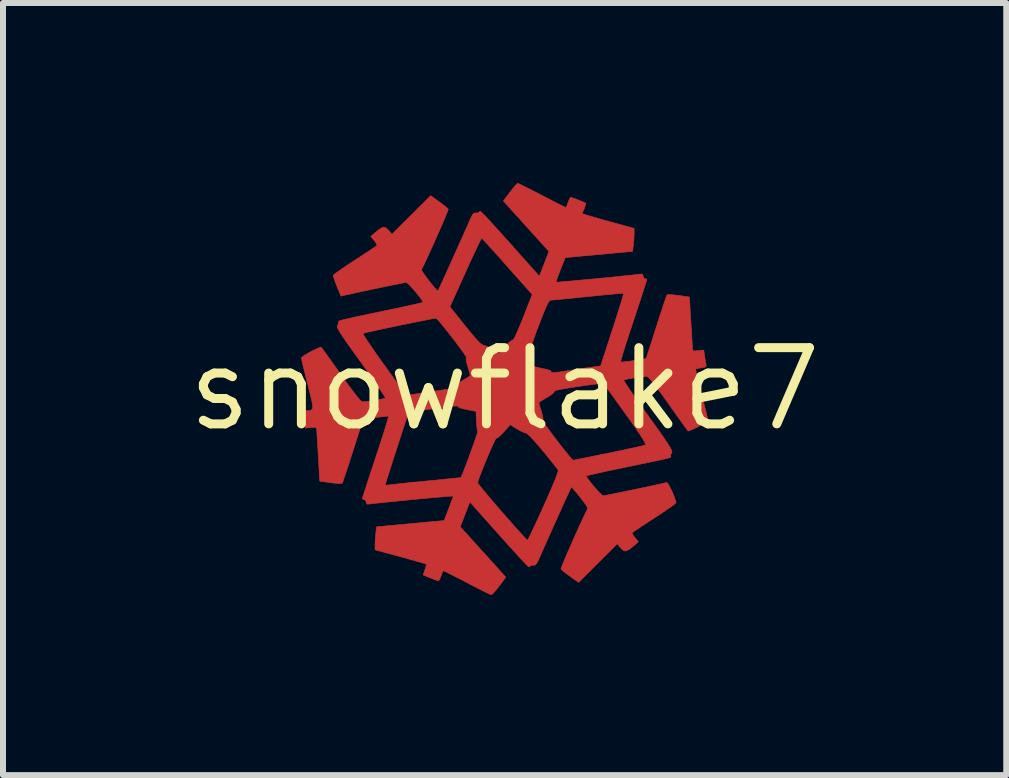
<source format=kicad_pcb>
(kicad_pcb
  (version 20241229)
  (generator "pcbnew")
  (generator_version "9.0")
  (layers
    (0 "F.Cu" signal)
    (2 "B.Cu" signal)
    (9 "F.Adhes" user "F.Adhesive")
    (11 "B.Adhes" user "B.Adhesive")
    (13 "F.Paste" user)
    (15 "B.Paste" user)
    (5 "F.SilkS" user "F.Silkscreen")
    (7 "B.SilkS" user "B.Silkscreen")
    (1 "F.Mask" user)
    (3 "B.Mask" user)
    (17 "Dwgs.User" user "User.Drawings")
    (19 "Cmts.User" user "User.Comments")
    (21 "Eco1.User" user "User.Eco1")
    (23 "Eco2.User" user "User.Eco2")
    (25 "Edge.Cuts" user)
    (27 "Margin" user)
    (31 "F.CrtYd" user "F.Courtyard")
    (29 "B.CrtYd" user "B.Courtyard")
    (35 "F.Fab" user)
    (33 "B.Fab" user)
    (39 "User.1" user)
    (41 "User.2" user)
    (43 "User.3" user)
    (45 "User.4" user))
  (footprint "snowflake7"
    (layer "F.Cu")
    (at 5.359 3.434)
    (property "Reference" "snowflake7" (at 0 0 0) (layer "F.SilkS") (effects (font (size 1.27 1.27) (thickness 0.15))))
    (attr through_hole)
    (fp_poly (pts (xy 0.24 -3.42) (xy 0.295 -3.394) (xy 0.376 -3.354) (xy 0.476 -3.303) (xy 0.591 -3.244) (xy 0.622 -3.228) (xy 0.738 -3.168) (xy 0.842 -3.114) (xy 0.927 -3.071) (xy 0.987 -3.041) (xy 1.018 -3.028) (xy 1.02 -3.027) (xy 1.032 -3.045) (xy 1.051 -3.09) (xy 1.058 -3.111) (xy 1.079 -3.164) (xy 1.097 -3.193) (xy 1.101 -3.196) (xy 1.126 -3.189) (xy 1.176 -3.171) (xy 1.238 -3.147) (xy 1.297 -3.123) (xy 1.34 -3.104) (xy 1.352 -3.098) (xy 1.35 -3.077) (xy 1.335 -3.03) (xy 1.326 -3.007) (xy 1.292 -2.923) (xy 1.425 -2.883) (xy 1.495 -2.863) (xy 1.593 -2.834) (xy 1.709 -2.802) (xy 1.83 -2.768) (xy 1.858 -2.761) (xy 2.159 -2.678) (xy 2.159 -2.593) (xy 2.156 -2.518) (xy 2.149 -2.431) (xy 2.146 -2.402) (xy 2.133 -2.295) (xy 1.572 -2.243) (xy 1.011 -2.191) (xy 0.931 -1.99) (xy 0.898 -1.905) (xy 0.873 -1.837) (xy 0.859 -1.793) (xy 0.857 -1.782) (xy 0.879 -1.782) (xy 0.937 -1.786) (xy 1.024 -1.794) (xy 1.136 -1.804) (xy 1.266 -1.816) (xy 1.408 -1.829) (xy 1.556 -1.843) (xy 1.704 -1.857) (xy 1.846 -1.871) (xy 1.976 -1.885) (xy 2.088 -1.896) (xy 2.176 -1.906) (xy 2.234 -1.913) (xy 2.249 -1.915) (xy 2.292 -1.917) (xy 2.306 -1.897) (xy 2.307 -1.883) (xy 2.321 -1.849) (xy 2.339 -1.841) (xy 2.367 -1.833) (xy 2.371 -1.826) (xy 2.364 -1.802) (xy 2.346 -1.744) (xy 2.317 -1.655) (xy 2.28 -1.54) (xy 2.235 -1.404) (xy 2.185 -1.252) (xy 2.147 -1.136) (xy 2.094 -0.976) (xy 2.046 -0.828) (xy 2.004 -0.699) (xy 1.971 -0.592) (xy 1.947 -0.512) (xy 1.935 -0.464) (xy 1.933 -0.452) (xy 1.956 -0.451) (xy 2.01 -0.456) (xy 2.083 -0.465) (xy 2.165 -0.476) (xy 2.244 -0.488) (xy 2.31 -0.5) (xy 2.351 -0.509) (xy 2.359 -0.513) (xy 2.367 -0.534) (xy 2.385 -0.589) (xy 2.413 -0.675) (xy 2.448 -0.784) (xy 2.489 -0.913) (xy 2.529 -1.037) (xy 2.574 -1.178) (xy 2.616 -1.306) (xy 2.652 -1.414) (xy 2.68 -1.498) (xy 2.699 -1.552) (xy 2.707 -1.57) (xy 2.733 -1.574) (xy 2.789 -1.572) (xy 2.867 -1.564) (xy 2.9 -1.56) (xy 3.08 -1.534) (xy 3.104 -1.121) (xy 3.112 -0.991) (xy 3.119 -0.874) (xy 3.125 -0.777) (xy 3.129 -0.706) (xy 3.131 -0.67) (xy 3.131 -0.669) (xy 3.138 -0.645) (xy 3.163 -0.636) (xy 3.217 -0.639) (xy 3.226 -0.64) (xy 3.319 -0.651) (xy 3.333 -0.553) (xy 3.344 -0.483) (xy 3.355 -0.425) (xy 3.358 -0.41) (xy 3.359 -0.381) (xy 3.338 -0.365) (xy 3.285 -0.355) (xy 3.281 -0.354) (xy 3.224 -0.345) (xy 3.189 -0.336) (xy 3.184 -0.334) (xy 3.187 -0.312) (xy 3.199 -0.255) (xy 3.219 -0.17) (xy 3.245 -0.063) (xy 3.275 0.06) (xy 3.281 0.083) (xy 3.314 0.21) (xy 3.342 0.324) (xy 3.365 0.418) (xy 3.38 0.485) (xy 3.387 0.52) (xy 3.387 0.522) (xy 3.369 0.539) (xy 3.324 0.569) (xy 3.262 0.605) (xy 3.193 0.642) (xy 3.128 0.673) (xy 3.078 0.694) (xy 3.058 0.699) (xy 3.045 0.682) (xy 3.011 0.635) (xy 2.958 0.563) (xy 2.892 0.47) (xy 2.813 0.36) (xy 2.731 0.243) (xy 2.62 0.088) (xy 2.53 -0.034) (xy 2.461 -0.123) (xy 2.411 -0.18) (xy 2.379 -0.208) (xy 2.37 -0.212) (xy 2.321 -0.208) (xy 2.251 -0.2) (xy 2.171 -0.189) (xy 2.093 -0.176) (xy 2.029 -0.163) (xy 1.991 -0.153) (xy 1.986 -0.151) (xy 1.995 -0.131) (xy 2.026 -0.081) (xy 2.076 -0.005) (xy 2.143 0.093) (xy 2.224 0.209) (xy 2.316 0.338) (xy 2.392 0.445) (xy 2.507 0.604) (xy 2.599 0.733) (xy 2.67 0.835) (xy 2.722 0.913) (xy 2.758 0.971) (xy 2.779 1.011) (xy 2.788 1.038) (xy 2.787 1.054) (xy 2.785 1.058) (xy 2.766 1.096) (xy 2.767 1.116) (xy 2.77 1.123) (xy 2.772 1.129) (xy 2.768 1.135) (xy 2.756 1.141) (xy 2.73 1.149) (xy 2.687 1.16) (xy 2.623 1.175) (xy 2.534 1.194) (xy 2.416 1.219) (xy 2.266 1.25) (xy 2.079 1.289) (xy 2.025 1.3) (xy 1.865 1.333) (xy 1.718 1.364) (xy 1.59 1.392) (xy 1.486 1.415) (xy 1.41 1.433) (xy 1.369 1.443) (xy 1.362 1.446) (xy 1.369 1.467) (xy 1.398 1.51) (xy 1.442 1.567) (xy 1.494 1.63) (xy 1.548 1.691) (xy 1.596 1.741) (xy 1.631 1.772) (xy 1.644 1.778) (xy 1.67 1.774) (xy 1.732 1.762) (xy 1.82 1.744) (xy 1.929 1.722) (xy 2.052 1.697) (xy 2.181 1.67) (xy 2.31 1.643) (xy 2.432 1.617) (xy 2.539 1.594) (xy 2.624 1.575) (xy 2.682 1.562) (xy 2.702 1.556) (xy 2.719 1.571) (xy 2.745 1.615) (xy 2.777 1.677) (xy 2.808 1.747) (xy 2.835 1.815) (xy 2.853 1.869) (xy 2.857 1.894) (xy 2.839 1.912) (xy 2.792 1.948) (xy 2.719 1.999) (xy 2.626 2.062) (xy 2.52 2.133) (xy 2.495 2.148) (xy 2.385 2.22) (xy 2.288 2.283) (xy 2.209 2.336) (xy 2.153 2.374) (xy 2.127 2.394) (xy 2.125 2.395) (xy 2.132 2.419) (xy 2.16 2.46) (xy 2.173 2.477) (xy 2.23 2.544) (xy 2.147 2.616) (xy 2.077 2.671) (xy 2.028 2.697) (xy 1.989 2.695) (xy 1.951 2.665) (xy 1.933 2.646) (xy 1.877 2.579) (xy 1.556 2.9) (xy 1.234 3.221) (xy 1.092 3.121) (xy 1.024 3.072) (xy 0.972 3.029) (xy 0.942 3.001) (xy 0.94 2.997) (xy 0.946 2.974) (xy 0.968 2.919) (xy 1.001 2.838) (xy 1.044 2.737) (xy 1.094 2.624) (xy 1.147 2.503) (xy 1.202 2.381) (xy 1.254 2.266) (xy 1.302 2.162) (xy 1.342 2.076) (xy 1.373 2.015) (xy 1.387 1.989) (xy 1.378 1.968) (xy 1.35 1.924) (xy 1.307 1.865) (xy 1.257 1.8) (xy 1.206 1.735) (xy 1.16 1.681) (xy 1.127 1.644) (xy 1.111 1.634) (xy 1.101 1.654) (xy 1.077 1.707) (xy 1.04 1.788) (xy 0.993 1.89) (xy 0.94 2.008) (xy 0.882 2.136) (xy 0.822 2.269) (xy 0.763 2.401) (xy 0.707 2.527) (xy 0.656 2.639) (xy 0.614 2.734) (xy 0.583 2.805) (xy 0.571 2.833) (xy 0.539 2.898) (xy 0.514 2.93) (xy 0.487 2.936) (xy 0.484 2.935) (xy 0.446 2.935) (xy 0.433 2.944) (xy 0.407 2.963) (xy 0.404 2.963) (xy 0.386 2.948) (xy 0.343 2.905) (xy 0.28 2.837) (xy 0.198 2.748) (xy 0.102 2.643) (xy -0.006 2.523) (xy -0.096 2.422) (xy -0.579 1.881) (xy -0.659 2.088) (xy -0.74 2.295) (xy -0.69 2.349) (xy -0.662 2.38) (xy -0.61 2.437) (xy -0.54 2.515) (xy -0.455 2.609) (xy -0.361 2.713) (xy -0.31 2.769) (xy 0.02 3.135) (xy -0.09 3.282) (xy -0.142 3.348) (xy -0.186 3.399) (xy -0.216 3.426) (xy -0.222 3.428) (xy -0.246 3.418) (xy -0.302 3.392) (xy -0.384 3.351) (xy -0.485 3.3) (xy -0.599 3.241) (xy -0.624 3.227) (xy -0.74 3.167) (xy -0.843 3.114) (xy -0.927 3.071) (xy -0.987 3.041) (xy -1.016 3.028) (xy -1.018 3.027) (xy -1.032 3.045) (xy -1.051 3.09) (xy -1.058 3.111) (xy -1.079 3.164) (xy -1.097 3.193) (xy -1.101 3.196) (xy -1.126 3.189) (xy -1.176 3.171) (xy -1.238 3.147) (xy -1.297 3.123) (xy -1.34 3.104) (xy -1.352 3.098) (xy -1.35 3.077) (xy -1.335 3.03) (xy -1.326 3.007) (xy -1.309 2.954) (xy -1.305 2.92) (xy -1.308 2.915) (xy -1.332 2.907) (xy -1.39 2.89) (xy -1.477 2.866) (xy -1.586 2.835) (xy -1.71 2.801) (xy -1.741 2.792) (xy -2.159 2.678) (xy -2.159 2.593) (xy -2.156 2.518) (xy -2.149 2.431) (xy -2.146 2.402) (xy -2.133 2.295) (xy -1.57 2.243) (xy -1.008 2.191) (xy -0.93 1.99) (xy -0.898 1.905) (xy -0.873 1.837) (xy -0.859 1.793) (xy -0.857 1.782) (xy -0.879 1.783) (xy -0.936 1.787) (xy -1.024 1.794) (xy -1.135 1.804) (xy -1.265 1.816) (xy -1.407 1.829) (xy -1.555 1.843) (xy -1.703 1.858) (xy -1.845 1.872) (xy -1.975 1.885) (xy -2.087 1.896) (xy -2.175 1.906) (xy -2.233 1.913) (xy -2.249 1.915) (xy -2.292 1.917) (xy -2.306 1.897) (xy -2.307 1.883) (xy -2.321 1.849) (xy -2.339 1.841) (xy -2.367 1.833) (xy -2.371 1.826) (xy -2.364 1.803) (xy -2.346 1.744) (xy -2.317 1.655) (xy -2.298 1.596) (xy -1.99 1.596) (xy -1.972 1.601) (xy -1.931 1.598) (xy -1.895 1.593) (xy -1.823 1.585) (xy -1.721 1.574) (xy -1.596 1.561) (xy -1.578 1.56) (xy -0.45 1.56) (xy -0.438 1.58) (xy -0.401 1.627) (xy -0.345 1.695) (xy -0.273 1.781) (xy -0.19 1.879) (xy -0.1 1.984) (xy -0.006 2.092) (xy 0.086 2.197) (xy 0.173 2.295) (xy 0.25 2.381) (xy 0.313 2.45) (xy 0.358 2.497) (xy 0.381 2.517) (xy 0.382 2.518) (xy 0.393 2.5) (xy 0.42 2.447) (xy 0.459 2.366) (xy 0.509 2.26) (xy 0.567 2.135) (xy 0.631 1.994) (xy 0.653 1.945) (xy 0.734 1.763) (xy 0.799 1.612) (xy 0.848 1.494) (xy 0.88 1.409) (xy 0.894 1.359) (xy 0.893 1.347) (xy 0.779 1.202) (xy 0.673 1.07) (xy 0.576 0.955) (xy 0.492 0.859) (xy 0.425 0.788) (xy 0.376 0.744) (xy 0.353 0.731) (xy 0.31 0.718) (xy 0.249 0.689) (xy 0.201 0.661) (xy 0.095 0.593) (xy -0.014 0.715) (xy -0.067 0.77) (xy -0.111 0.807) (xy -0.137 0.82) (xy -0.14 0.819) (xy -0.151 0.834) (xy -0.175 0.881) (xy -0.208 0.953) (xy -0.247 1.042) (xy -0.29 1.143) (xy -0.333 1.247) (xy -0.373 1.348) (xy -0.408 1.437) (xy -0.434 1.509) (xy -0.449 1.556) (xy -0.45 1.56) (xy -1.578 1.56) (xy -1.453 1.547) (xy -1.302 1.532) (xy -1.151 1.518) (xy -1.016 1.504) (xy -0.9 1.492) (xy -0.81 1.483) (xy -0.751 1.477) (xy -0.729 1.474) (xy -0.728 1.474) (xy -0.713 1.441) (xy -0.687 1.379) (xy -0.655 1.295) (xy -0.617 1.195) (xy -0.578 1.089) (xy -0.539 0.982) (xy -0.504 0.882) (xy -0.475 0.797) (xy -0.455 0.735) (xy -0.447 0.701) (xy -0.447 0.698) (xy -0.456 0.673) (xy -0.464 0.617) (xy -0.469 0.541) (xy -0.47 0.529) (xy -0.476 0.371) (xy -0.631 0.342) (xy -0.715 0.322) (xy -0.765 0.303) (xy -0.776 0.288) (xy -0.793 0.281) (xy -0.851 0.284) (xy -0.951 0.294) (xy -1.092 0.313) (xy -1.185 0.326) (xy -1.602 0.389) (xy -1.796 0.986) (xy -1.845 1.137) (xy -1.889 1.275) (xy -1.927 1.395) (xy -1.958 1.491) (xy -1.979 1.559) (xy -1.989 1.593) (xy -1.99 1.596) (xy -2.298 1.596) (xy -2.28 1.54) (xy -2.236 1.404) (xy -2.185 1.252) (xy -2.147 1.136) (xy -2.094 0.975) (xy -2.046 0.828) (xy -2.005 0.698) (xy -1.972 0.591) (xy -1.948 0.511) (xy -1.935 0.463) (xy -1.934 0.451) (xy -1.956 0.451) (xy -2.01 0.456) (xy -2.083 0.465) (xy -2.165 0.476) (xy -2.244 0.488) (xy -2.31 0.5) (xy -2.351 0.509) (xy -2.359 0.513) (xy -2.367 0.534) (xy -2.385 0.589) (xy -2.413 0.675) (xy -2.448 0.784) (xy -2.489 0.913) (xy -2.529 1.037) (xy -2.574 1.178) (xy -2.616 1.306) (xy -2.652 1.414) (xy -2.68 1.498) (xy -2.699 1.552) (xy -2.707 1.57) (xy -2.733 1.574) (xy -2.789 1.572) (xy -2.867 1.564) (xy -2.9 1.56) (xy -3.08 1.534) (xy -3.104 1.121) (xy -3.112 0.991) (xy -3.119 0.874) (xy -3.125 0.777) (xy -3.129 0.706) (xy -3.131 0.67) (xy -3.131 0.669) (xy -3.138 0.645) (xy -3.163 0.636) (xy -3.217 0.639) (xy -3.226 0.64) (xy -3.319 0.651) (xy -3.333 0.553) (xy -3.344 0.482) (xy -3.355 0.422) (xy -3.359 0.407) (xy -3.361 0.375) (xy -3.341 0.362) (xy -3.299 0.36) (xy -3.256 0.359) (xy -3.225 0.353) (xy -3.206 0.336) (xy -3.198 0.305) (xy -3.202 0.254) (xy -3.207 0.228) (xy 0.572 0.228) (xy 0.578 0.255) (xy 0.593 0.31) (xy 0.615 0.379) (xy 0.634 0.452) (xy 0.642 0.505) (xy 0.638 0.528) (xy 0.645 0.546) (xy 0.675 0.591) (xy 0.722 0.657) (xy 0.781 0.737) (xy 0.848 0.826) (xy 0.917 0.916) (xy 0.985 1.003) (xy 1.047 1.079) (xy 1.097 1.139) (xy 1.131 1.176) (xy 1.143 1.185) (xy 1.166 1.181) (xy 1.224 1.17) (xy 1.314 1.152) (xy 1.429 1.129) (xy 1.564 1.101) (xy 1.714 1.071) (xy 1.74 1.066) (xy 1.893 1.034) (xy 2.033 1.004) (xy 2.154 0.978) (xy 2.251 0.956) (xy 2.318 0.94) (xy 2.35 0.931) (xy 2.351 0.93) (xy 2.347 0.908) (xy 2.317 0.853) (xy 2.262 0.766) (xy 2.181 0.646) (xy 2.075 0.495) (xy 2.021 0.42) (xy 1.93 0.293) (xy 1.846 0.177) (xy 1.773 0.076) (xy 1.715 -0.005) (xy 1.674 -0.061) (xy 1.654 -0.089) (xy 1.652 -0.09) (xy 1.627 -0.093) (xy 1.568 -0.089) (xy 1.482 -0.079) (xy 1.375 -0.065) (xy 1.29 -0.053) (xy 1.139 -0.03) (xy 1.025 -0.011) (xy 0.943 0.003) (xy 0.887 0.014) (xy 0.852 0.023) (xy 0.834 0.032) (xy 0.826 0.041) (xy 0.825 0.049) (xy 0.808 0.071) (xy 0.762 0.105) (xy 0.699 0.143) (xy 0.698 0.144) (xy 0.635 0.181) (xy 0.589 0.211) (xy 0.572 0.228) (xy 0.572 0.228) (xy -3.207 0.228) (xy -3.217 0.177) (xy -3.243 0.069) (xy -3.279 -0.074) (xy -3.281 -0.083) (xy -3.314 -0.21) (xy -3.342 -0.323) (xy -3.365 -0.418) (xy -3.38 -0.485) (xy -3.387 -0.52) (xy -3.387 -0.522) (xy -3.369 -0.539) (xy -3.324 -0.569) (xy -3.262 -0.605) (xy -3.193 -0.642) (xy -3.128 -0.673) (xy -3.078 -0.694) (xy -3.058 -0.699) (xy -3.044 -0.682) (xy -3.01 -0.635) (xy -2.957 -0.563) (xy -2.891 -0.47) (xy -2.812 -0.36) (xy -2.73 -0.243) (xy -2.618 -0.086) (xy -2.527 0.036) (xy -2.457 0.126) (xy -2.408 0.183) (xy -2.377 0.209) (xy -2.369 0.212) (xy -2.321 0.208) (xy -2.251 0.2) (xy -2.171 0.189) (xy -2.093 0.176) (xy -2.029 0.163) (xy -1.991 0.153) (xy -1.986 0.151) (xy -1.995 0.131) (xy -2.026 0.081) (xy -2.076 0.006) (xy -2.143 -0.092) (xy -2.224 -0.208) (xy -2.316 -0.338) (xy -2.392 -0.445) (xy -2.507 -0.604) (xy -2.599 -0.733) (xy -2.67 -0.835) (xy -2.722 -0.913) (xy -2.73 -0.926) (xy -2.362 -0.926) (xy -2.353 -0.906) (xy -2.322 -0.857) (xy -2.273 -0.782) (xy -2.207 -0.686) (xy -2.128 -0.572) (xy -2.039 -0.446) (xy -2.007 -0.403) (xy -1.903 -0.257) (xy -1.819 -0.142) (xy -1.754 -0.054) (xy -1.705 0.01) (xy -1.668 0.054) (xy -1.64 0.081) (xy -1.618 0.095) (xy -1.6 0.099) (xy -1.581 0.098) (xy -1.577 0.097) (xy -1.533 0.09) (xy -1.457 0.078) (xy -1.359 0.063) (xy -1.247 0.047) (xy -1.217 0.042) (xy -1.08 0.022) (xy -0.979 0.007) (xy -0.909 -0.006) (xy -0.865 -0.016) (xy -0.839 -0.025) (xy -0.828 -0.035) (xy -0.825 -0.046) (xy -0.825 -0.048) (xy -0.808 -0.071) (xy -0.762 -0.105) (xy -0.699 -0.143) (xy -0.698 -0.144) (xy -0.635 -0.181) (xy -0.589 -0.211) (xy -0.572 -0.228) (xy -0.572 -0.228) (xy -0.578 -0.255) (xy -0.593 -0.31) (xy -0.615 -0.379) (xy -0.635 -0.453) (xy -0.642 -0.506) (xy -0.638 -0.528) (xy -0.645 -0.546) (xy -0.675 -0.591) (xy -0.721 -0.657) (xy -0.781 -0.737) (xy -0.847 -0.825) (xy -0.917 -0.915) (xy -0.985 -1.001) (xy -1.046 -1.077) (xy -1.096 -1.136) (xy -1.13 -1.172) (xy -1.141 -1.18) (xy -1.165 -1.178) (xy -1.225 -1.168) (xy -1.312 -1.151) (xy -1.423 -1.129) (xy -1.549 -1.104) (xy -1.684 -1.076) (xy -1.823 -1.047) (xy -1.958 -1.019) (xy -2.083 -0.992) (xy -2.193 -0.968) (xy -2.28 -0.948) (xy -2.339 -0.933) (xy -2.362 -0.926) (xy -2.362 -0.926) (xy -2.73 -0.926) (xy -2.758 -0.971) (xy -2.779 -1.011) (xy -2.788 -1.038) (xy -2.787 -1.054) (xy -2.785 -1.058) (xy -2.766 -1.096) (xy -2.766 -1.115) (xy -2.768 -1.122) (xy -2.765 -1.128) (xy -2.754 -1.135) (xy -2.73 -1.144) (xy -2.692 -1.155) (xy -2.633 -1.169) (xy -2.552 -1.187) (xy -2.445 -1.211) (xy -2.307 -1.24) (xy -2.134 -1.276) (xy -1.925 -1.32) (xy -1.92 -1.321) (xy -1.773 -1.351) (xy -1.676 -1.372) (xy -0.912 -1.372) (xy -0.656 -1.053) (xy -0.555 -0.929) (xy -0.477 -0.838) (xy -0.418 -0.776) (xy -0.377 -0.741) (xy -0.354 -0.731) (xy -0.311 -0.718) (xy -0.249 -0.689) (xy -0.201 -0.661) (xy -0.095 -0.593) (xy -0.000064 -0.699) (xy 0.446 -0.699) (xy 0.447 -0.699) (xy 0.456 -0.679) (xy 0.463 -0.628) (xy 0.466 -0.555) (xy 0.466 -0.541) (xy 0.466 -0.383) (xy 0.545 -0.362) (xy 0.624 -0.343) (xy 0.704 -0.327) (xy 0.705 -0.327) (xy 0.759 -0.311) (xy 0.777 -0.29) (xy 0.776 -0.287) (xy 0.783 -0.277) (xy 0.818 -0.275) (xy 0.885 -0.281) (xy 0.989 -0.296) (xy 1.013 -0.3) (xy 1.132 -0.318) (xy 1.257 -0.337) (xy 1.37 -0.354) (xy 1.43 -0.362) (xy 1.601 -0.386) (xy 1.797 -0.989) (xy 1.846 -1.141) (xy 1.889 -1.278) (xy 1.927 -1.398) (xy 1.957 -1.493) (xy 1.976 -1.561) (xy 1.985 -1.594) (xy 1.986 -1.597) (xy 1.964 -1.597) (xy 1.905 -1.592) (xy 1.815 -1.584) (xy 1.7 -1.573) (xy 1.564 -1.56) (xy 1.413 -1.544) (xy 1.397 -1.543) (xy 1.243 -1.527) (xy 1.101 -1.513) (xy 0.977 -1.501) (xy 0.877 -1.491) (xy 0.807 -1.485) (xy 0.773 -1.482) (xy 0.773 -1.482) (xy 0.755 -1.476) (xy 0.736 -1.455) (xy 0.713 -1.414) (xy 0.683 -1.349) (xy 0.644 -1.254) (xy 0.593 -1.126) (xy 0.579 -1.09) (xy 0.534 -0.971) (xy 0.496 -0.866) (xy 0.468 -0.782) (xy 0.45 -0.724) (xy 0.446 -0.699) (xy -0.000064 -0.699) (xy 0.014 -0.715) (xy 0.067 -0.77) (xy 0.111 -0.807) (xy 0.137 -0.82) (xy 0.14 -0.819) (xy 0.153 -0.833) (xy 0.178 -0.88) (xy 0.212 -0.956) (xy 0.254 -1.054) (xy 0.301 -1.17) (xy 0.309 -1.19) (xy 0.461 -1.577) (xy 0.414 -1.63) (xy 0.387 -1.66) (xy 0.337 -1.716) (xy 0.267 -1.795) (xy 0.182 -1.89) (xy 0.086 -1.998) (xy -0.000427 -2.095) (xy -0.099 -2.207) (xy -0.189 -2.307) (xy -0.266 -2.392) (xy -0.326 -2.457) (xy -0.366 -2.5) (xy -0.381 -2.514) (xy -0.392 -2.497) (xy -0.419 -2.446) (xy -0.458 -2.365) (xy -0.508 -2.26) (xy -0.566 -2.136) (xy -0.63 -1.995) (xy -0.652 -1.946) (xy -0.912 -1.372) (xy -1.676 -1.372) (xy -1.641 -1.38) (xy -1.528 -1.405) (xy -1.44 -1.425) (xy -1.383 -1.439) (xy -1.362 -1.446) (xy -1.368 -1.467) (xy -1.397 -1.51) (xy -1.441 -1.568) (xy -1.492 -1.631) (xy -1.545 -1.692) (xy -1.592 -1.742) (xy -1.627 -1.772) (xy -1.638 -1.778) (xy -1.664 -1.774) (xy -1.725 -1.762) (xy -1.815 -1.744) (xy -1.925 -1.722) (xy -2.05 -1.696) (xy -2.184 -1.668) (xy -2.319 -1.639) (xy -2.448 -1.612) (xy -2.566 -1.586) (xy -2.65 -1.568) (xy -2.728 -1.55) (xy -2.793 -1.712) (xy -2.823 -1.789) (xy -2.845 -1.852) (xy -2.856 -1.89) (xy -2.857 -1.894) (xy -2.839 -1.912) (xy -2.791 -1.948) (xy -2.718 -1.999) (xy -2.626 -2.062) (xy -2.519 -2.133) (xy -2.495 -2.148) (xy -2.385 -2.22) (xy -2.288 -2.283) (xy -2.209 -2.336) (xy -2.153 -2.374) (xy -2.127 -2.394) (xy -2.125 -2.395) (xy -2.132 -2.419) (xy -2.16 -2.46) (xy -2.173 -2.477) (xy -2.23 -2.544) (xy -2.147 -2.616) (xy -2.077 -2.671) (xy -2.028 -2.697) (xy -1.989 -2.695) (xy -1.951 -2.665) (xy -1.933 -2.646) (xy -1.877 -2.579) (xy -1.232 -3.223) (xy -1.091 -3.122) (xy -1.024 -3.072) (xy -0.971 -3.029) (xy -0.942 -3.001) (xy -0.939 -2.996) (xy -0.946 -2.973) (xy -0.968 -2.919) (xy -1.001 -2.838) (xy -1.044 -2.737) (xy -1.094 -2.624) (xy -1.147 -2.503) (xy -1.202 -2.381) (xy -1.254 -2.266) (xy -1.302 -2.162) (xy -1.342 -2.076) (xy -1.373 -2.015) (xy -1.387 -1.989) (xy -1.378 -1.969) (xy -1.349 -1.925) (xy -1.306 -1.866) (xy -1.256 -1.8) (xy -1.205 -1.736) (xy -1.159 -1.681) (xy -1.126 -1.645) (xy -1.111 -1.634) (xy -1.101 -1.655) (xy -1.076 -1.708) (xy -1.04 -1.788) (xy -0.993 -1.89) (xy -0.94 -2.008) (xy -0.882 -2.136) (xy -0.822 -2.269) (xy -0.763 -2.401) (xy -0.707 -2.526) (xy -0.657 -2.638) (xy -0.615 -2.732) (xy -0.584 -2.803) (xy -0.571 -2.833) (xy -0.539 -2.898) (xy -0.514 -2.93) (xy -0.487 -2.936) (xy -0.484 -2.935) (xy -0.446 -2.935) (xy -0.433 -2.944) (xy -0.407 -2.963) (xy -0.403 -2.963) (xy -0.386 -2.948) (xy -0.343 -2.905) (xy -0.279 -2.837) (xy -0.198 -2.748) (xy -0.101 -2.643) (xy 0.006 -2.523) (xy 0.097 -2.422) (xy 0.579 -1.881) (xy 0.66 -2.088) (xy 0.74 -2.295) (xy 0.69 -2.349) (xy 0.662 -2.38) (xy 0.61 -2.437) (xy 0.54 -2.515) (xy 0.455 -2.609) (xy 0.361 -2.713) (xy 0.31 -2.769) (xy -0.02 -3.135) (xy 0.09 -3.282) (xy 0.141 -3.348) (xy 0.184 -3.399) (xy 0.212 -3.426) (xy 0.217 -3.429) (xy 0.24 -3.42)) (stroke (width 0.01) (type solid)) (fill yes) (layer "F.Cu"))
    (fp_poly (pts (xy 0.24 -3.42) (xy 0.295 -3.394) (xy 0.376 -3.354) (xy 0.476 -3.303) (xy 0.591 -3.244) (xy 0.622 -3.228) (xy 0.738 -3.168) (xy 0.842 -3.114) (xy 0.927 -3.071) (xy 0.987 -3.041) (xy 1.018 -3.028) (xy 1.02 -3.027) (xy 1.032 -3.045) (xy 1.051 -3.09) (xy 1.058 -3.111) (xy 1.079 -3.164) (xy 1.097 -3.193) (xy 1.101 -3.196) (xy 1.126 -3.189) (xy 1.176 -3.171) (xy 1.238 -3.147) (xy 1.297 -3.123) (xy 1.34 -3.104) (xy 1.352 -3.098) (xy 1.35 -3.077) (xy 1.335 -3.03) (xy 1.326 -3.007) (xy 1.292 -2.923) (xy 1.425 -2.883) (xy 1.495 -2.863) (xy 1.593 -2.834) (xy 1.709 -2.802) (xy 1.83 -2.768) (xy 1.858 -2.761) (xy 2.159 -2.678) (xy 2.159 -2.593) (xy 2.156 -2.518) (xy 2.149 -2.431) (xy 2.146 -2.402) (xy 2.133 -2.295) (xy 1.572 -2.243) (xy 1.011 -2.191) (xy 0.931 -1.99) (xy 0.898 -1.905) (xy 0.873 -1.837) (xy 0.859 -1.793) (xy 0.857 -1.782) (xy 0.879 -1.782) (xy 0.937 -1.786) (xy 1.024 -1.794) (xy 1.136 -1.804) (xy 1.266 -1.816) (xy 1.408 -1.829) (xy 1.556 -1.843) (xy 1.704 -1.857) (xy 1.846 -1.871) (xy 1.976 -1.885) (xy 2.088 -1.896) (xy 2.176 -1.906) (xy 2.234 -1.913) (xy 2.249 -1.915) (xy 2.292 -1.917) (xy 2.306 -1.897) (xy 2.307 -1.883) (xy 2.321 -1.849) (xy 2.339 -1.841) (xy 2.367 -1.833) (xy 2.371 -1.826) (xy 2.364 -1.802) (xy 2.346 -1.744) (xy 2.317 -1.655) (xy 2.28 -1.54) (xy 2.235 -1.404) (xy 2.185 -1.252) (xy 2.147 -1.136) (xy 2.094 -0.976) (xy 2.046 -0.828) (xy 2.004 -0.699) (xy 1.971 -0.592) (xy 1.947 -0.512) (xy 1.935 -0.464) (xy 1.933 -0.452) (xy 1.956 -0.451) (xy 2.01 -0.456) (xy 2.083 -0.465) (xy 2.165 -0.476) (xy 2.244 -0.488) (xy 2.31 -0.5) (xy 2.351 -0.509) (xy 2.359 -0.513) (xy 2.367 -0.534) (xy 2.385 -0.589) (xy 2.413 -0.675) (xy 2.448 -0.784) (xy 2.489 -0.913) (xy 2.529 -1.037) (xy 2.574 -1.178) (xy 2.616 -1.306) (xy 2.652 -1.414) (xy 2.68 -1.498) (xy 2.699 -1.552) (xy 2.707 -1.57) (xy 2.733 -1.574) (xy 2.789 -1.572) (xy 2.867 -1.564) (xy 2.9 -1.56) (xy 3.08 -1.534) (xy 3.104 -1.121) (xy 3.112 -0.991) (xy 3.119 -0.874) (xy 3.125 -0.777) (xy 3.129 -0.706) (xy 3.131 -0.67) (xy 3.131 -0.669) (xy 3.138 -0.645) (xy 3.163 -0.636) (xy 3.217 -0.639) (xy 3.226 -0.64) (xy 3.319 -0.651) (xy 3.333 -0.553) (xy 3.344 -0.483) (xy 3.355 -0.425) (xy 3.358 -0.41) (xy 3.359 -0.381) (xy 3.338 -0.365) (xy 3.285 -0.355) (xy 3.281 -0.354) (xy 3.224 -0.345) (xy 3.189 -0.336) (xy 3.184 -0.334) (xy 3.187 -0.312) (xy 3.199 -0.255) (xy 3.219 -0.17) (xy 3.245 -0.063) (xy 3.275 0.06) (xy 3.281 0.083) (xy 3.314 0.21) (xy 3.342 0.324) (xy 3.365 0.418) (xy 3.38 0.485) (xy 3.387 0.52) (xy 3.387 0.522) (xy 3.369 0.539) (xy 3.324 0.569) (xy 3.262 0.605) (xy 3.193 0.642) (xy 3.128 0.673) (xy 3.078 0.694) (xy 3.058 0.699) (xy 3.045 0.682) (xy 3.011 0.635) (xy 2.958 0.563) (xy 2.892 0.47) (xy 2.813 0.36) (xy 2.731 0.243) (xy 2.62 0.088) (xy 2.53 -0.034) (xy 2.461 -0.123) (xy 2.411 -0.18) (xy 2.379 -0.208) (xy 2.37 -0.212) (xy 2.321 -0.208) (xy 2.251 -0.2) (xy 2.171 -0.189) (xy 2.093 -0.176) (xy 2.029 -0.163) (xy 1.991 -0.153) (xy 1.986 -0.151) (xy 1.995 -0.131) (xy 2.026 -0.081) (xy 2.076 -0.005) (xy 2.143 0.093) (xy 2.224 0.209) (xy 2.316 0.338) (xy 2.392 0.445) (xy 2.507 0.604) (xy 2.599 0.733) (xy 2.67 0.835) (xy 2.722 0.913) (xy 2.758 0.971) (xy 2.779 1.011) (xy 2.788 1.038) (xy 2.787 1.054) (xy 2.785 1.058) (xy 2.766 1.096) (xy 2.767 1.116) (xy 2.77 1.123) (xy 2.772 1.129) (xy 2.768 1.135) (xy 2.756 1.141) (xy 2.73 1.149) (xy 2.687 1.16) (xy 2.623 1.175) (xy 2.534 1.194) (xy 2.416 1.219) (xy 2.266 1.25) (xy 2.079 1.289) (xy 2.025 1.3) (xy 1.865 1.333) (xy 1.718 1.364) (xy 1.59 1.392) (xy 1.486 1.415) (xy 1.41 1.433) (xy 1.369 1.443) (xy 1.362 1.446) (xy 1.369 1.467) (xy 1.398 1.51) (xy 1.442 1.567) (xy 1.494 1.63) (xy 1.548 1.691) (xy 1.596 1.741) (xy 1.631 1.772) (xy 1.644 1.778) (xy 1.67 1.774) (xy 1.732 1.762) (xy 1.82 1.744) (xy 1.929 1.722) (xy 2.052 1.697) (xy 2.181 1.67) (xy 2.31 1.643) (xy 2.432 1.617) (xy 2.539 1.594) (xy 2.624 1.575) (xy 2.682 1.562) (xy 2.702 1.556) (xy 2.719 1.571) (xy 2.745 1.615) (xy 2.777 1.677) (xy 2.808 1.747) (xy 2.835 1.815) (xy 2.853 1.869) (xy 2.857 1.894) (xy 2.839 1.912) (xy 2.792 1.948) (xy 2.719 1.999) (xy 2.626 2.062) (xy 2.52 2.133) (xy 2.495 2.148) (xy 2.385 2.22) (xy 2.288 2.283) (xy 2.209 2.336) (xy 2.153 2.374) (xy 2.127 2.394) (xy 2.125 2.395) (xy 2.132 2.419) (xy 2.16 2.46) (xy 2.173 2.477) (xy 2.23 2.544) (xy 2.147 2.616) (xy 2.077 2.671) (xy 2.028 2.697) (xy 1.989 2.695) (xy 1.951 2.665) (xy 1.933 2.646) (xy 1.877 2.579) (xy 1.556 2.9) (xy 1.234 3.221) (xy 1.092 3.121) (xy 1.024 3.072) (xy 0.972 3.029) (xy 0.942 3.001) (xy 0.94 2.997) (xy 0.946 2.974) (xy 0.968 2.919) (xy 1.001 2.838) (xy 1.044 2.737) (xy 1.094 2.624) (xy 1.147 2.503) (xy 1.202 2.381) (xy 1.254 2.266) (xy 1.302 2.162) (xy 1.342 2.076) (xy 1.373 2.015) (xy 1.387 1.989) (xy 1.378 1.968) (xy 1.35 1.924) (xy 1.307 1.865) (xy 1.257 1.8) (xy 1.206 1.735) (xy 1.16 1.681) (xy 1.127 1.644) (xy 1.111 1.634) (xy 1.101 1.654) (xy 1.077 1.707) (xy 1.04 1.788) (xy 0.993 1.89) (xy 0.94 2.008) (xy 0.882 2.136) (xy 0.822 2.269) (xy 0.763 2.401) (xy 0.707 2.527) (xy 0.656 2.639) (xy 0.614 2.734) (xy 0.583 2.805) (xy 0.571 2.833) (xy 0.539 2.898) (xy 0.514 2.93) (xy 0.487 2.936) (xy 0.484 2.935) (xy 0.446 2.935) (xy 0.433 2.944) (xy 0.407 2.963) (xy 0.404 2.963) (xy 0.386 2.948) (xy 0.343 2.905) (xy 0.28 2.837) (xy 0.198 2.748) (xy 0.102 2.643) (xy -0.006 2.523) (xy -0.096 2.422) (xy -0.579 1.881) (xy -0.659 2.088) (xy -0.74 2.295) (xy -0.69 2.349) (xy -0.662 2.38) (xy -0.61 2.437) (xy -0.54 2.515) (xy -0.455 2.609) (xy -0.361 2.713) (xy -0.31 2.769) (xy 0.02 3.135) (xy -0.09 3.282) (xy -0.142 3.348) (xy -0.186 3.399) (xy -0.216 3.426) (xy -0.222 3.428) (xy -0.246 3.418) (xy -0.302 3.392) (xy -0.384 3.351) (xy -0.485 3.3) (xy -0.599 3.241) (xy -0.624 3.227) (xy -0.74 3.167) (xy -0.843 3.114) (xy -0.927 3.071) (xy -0.987 3.041) (xy -1.016 3.028) (xy -1.018 3.027) (xy -1.032 3.045) (xy -1.051 3.09) (xy -1.058 3.111) (xy -1.079 3.164) (xy -1.097 3.193) (xy -1.101 3.196) (xy -1.126 3.189) (xy -1.176 3.171) (xy -1.238 3.147) (xy -1.297 3.123) (xy -1.34 3.104) (xy -1.352 3.098) (xy -1.35 3.077) (xy -1.335 3.03) (xy -1.326 3.007) (xy -1.309 2.954) (xy -1.305 2.92) (xy -1.308 2.915) (xy -1.332 2.907) (xy -1.39 2.89) (xy -1.477 2.866) (xy -1.586 2.835) (xy -1.71 2.801) (xy -1.741 2.792) (xy -2.159 2.678) (xy -2.159 2.593) (xy -2.156 2.518) (xy -2.149 2.431) (xy -2.146 2.402) (xy -2.133 2.295) (xy -1.57 2.243) (xy -1.008 2.191) (xy -0.93 1.99) (xy -0.898 1.905) (xy -0.873 1.837) (xy -0.859 1.793) (xy -0.857 1.782) (xy -0.879 1.783) (xy -0.936 1.787) (xy -1.024 1.794) (xy -1.135 1.804) (xy -1.265 1.816) (xy -1.407 1.829) (xy -1.555 1.843) (xy -1.703 1.858) (xy -1.845 1.872) (xy -1.975 1.885) (xy -2.087 1.896) (xy -2.175 1.906) (xy -2.233 1.913) (xy -2.249 1.915) (xy -2.292 1.917) (xy -2.306 1.897) (xy -2.307 1.883) (xy -2.321 1.849) (xy -2.339 1.841) (xy -2.367 1.833) (xy -2.371 1.826) (xy -2.364 1.803) (xy -2.346 1.744) (xy -2.317 1.655) (xy -2.298 1.596) (xy -1.99 1.596) (xy -1.972 1.601) (xy -1.931 1.598) (xy -1.895 1.593) (xy -1.823 1.585) (xy -1.721 1.574) (xy -1.596 1.561) (xy -1.578 1.56) (xy -0.45 1.56) (xy -0.438 1.58) (xy -0.401 1.627) (xy -0.345 1.695) (xy -0.273 1.781) (xy -0.19 1.879) (xy -0.1 1.984) (xy -0.006 2.092) (xy 0.086 2.197) (xy 0.173 2.295) (xy 0.25 2.381) (xy 0.313 2.45) (xy 0.358 2.497) (xy 0.381 2.517) (xy 0.382 2.518) (xy 0.393 2.5) (xy 0.42 2.447) (xy 0.459 2.366) (xy 0.509 2.26) (xy 0.567 2.135) (xy 0.631 1.994) (xy 0.653 1.945) (xy 0.734 1.763) (xy 0.799 1.612) (xy 0.848 1.494) (xy 0.88 1.409) (xy 0.894 1.359) (xy 0.893 1.347) (xy 0.779 1.202) (xy 0.673 1.07) (xy 0.576 0.955) (xy 0.492 0.859) (xy 0.425 0.788) (xy 0.376 0.744) (xy 0.353 0.731) (xy 0.31 0.718) (xy 0.249 0.689) (xy 0.201 0.661) (xy 0.095 0.593) (xy -0.014 0.715) (xy -0.067 0.77) (xy -0.111 0.807) (xy -0.137 0.82) (xy -0.14 0.819) (xy -0.151 0.834) (xy -0.175 0.881) (xy -0.208 0.953) (xy -0.247 1.042) (xy -0.29 1.143) (xy -0.333 1.247) (xy -0.373 1.348) (xy -0.408 1.437) (xy -0.434 1.509) (xy -0.449 1.556) (xy -0.45 1.56) (xy -1.578 1.56) (xy -1.453 1.547) (xy -1.302 1.532) (xy -1.151 1.518) (xy -1.016 1.504) (xy -0.9 1.492) (xy -0.81 1.483) (xy -0.751 1.477) (xy -0.729 1.474) (xy -0.728 1.474) (xy -0.713 1.441) (xy -0.687 1.379) (xy -0.655 1.295) (xy -0.617 1.195) (xy -0.578 1.089) (xy -0.539 0.982) (xy -0.504 0.882) (xy -0.475 0.797) (xy -0.455 0.735) (xy -0.447 0.701) (xy -0.447 0.698) (xy -0.456 0.673) (xy -0.464 0.617) (xy -0.469 0.541) (xy -0.47 0.529) (xy -0.476 0.371) (xy -0.631 0.342) (xy -0.715 0.322) (xy -0.765 0.303) (xy -0.776 0.288) (xy -0.793 0.281) (xy -0.851 0.284) (xy -0.951 0.294) (xy -1.092 0.313) (xy -1.185 0.326) (xy -1.602 0.389) (xy -1.796 0.986) (xy -1.845 1.137) (xy -1.889 1.275) (xy -1.927 1.395) (xy -1.958 1.491) (xy -1.979 1.559) (xy -1.989 1.593) (xy -1.99 1.596) (xy -2.298 1.596) (xy -2.28 1.54) (xy -2.236 1.404) (xy -2.185 1.252) (xy -2.147 1.136) (xy -2.094 0.975) (xy -2.046 0.828) (xy -2.005 0.698) (xy -1.972 0.591) (xy -1.948 0.511) (xy -1.935 0.463) (xy -1.934 0.451) (xy -1.956 0.451) (xy -2.01 0.456) (xy -2.083 0.465) (xy -2.165 0.476) (xy -2.244 0.488) (xy -2.31 0.5) (xy -2.351 0.509) (xy -2.359 0.513) (xy -2.367 0.534) (xy -2.385 0.589) (xy -2.413 0.675) (xy -2.448 0.784) (xy -2.489 0.913) (xy -2.529 1.037) (xy -2.574 1.178) (xy -2.616 1.306) (xy -2.652 1.414) (xy -2.68 1.498) (xy -2.699 1.552) (xy -2.707 1.57) (xy -2.733 1.574) (xy -2.789 1.572) (xy -2.867 1.564) (xy -2.9 1.56) (xy -3.08 1.534) (xy -3.104 1.121) (xy -3.112 0.991) (xy -3.119 0.874) (xy -3.125 0.777) (xy -3.129 0.706) (xy -3.131 0.67) (xy -3.131 0.669) (xy -3.138 0.645) (xy -3.163 0.636) (xy -3.217 0.639) (xy -3.226 0.64) (xy -3.319 0.651) (xy -3.333 0.553) (xy -3.344 0.482) (xy -3.355 0.422) (xy -3.359 0.407) (xy -3.361 0.375) (xy -3.341 0.362) (xy -3.299 0.36) (xy -3.256 0.359) (xy -3.225 0.353) (xy -3.206 0.336) (xy -3.198 0.305) (xy -3.202 0.254) (xy -3.207 0.228) (xy 0.572 0.228) (xy 0.578 0.255) (xy 0.593 0.31) (xy 0.615 0.379) (xy 0.634 0.452) (xy 0.642 0.505) (xy 0.638 0.528) (xy 0.645 0.546) (xy 0.675 0.591) (xy 0.722 0.657) (xy 0.781 0.737) (xy 0.848 0.826) (xy 0.917 0.916) (xy 0.985 1.003) (xy 1.047 1.079) (xy 1.097 1.139) (xy 1.131 1.176) (xy 1.143 1.185) (xy 1.166 1.181) (xy 1.224 1.17) (xy 1.314 1.152) (xy 1.429 1.129) (xy 1.564 1.101) (xy 1.714 1.071) (xy 1.74 1.066) (xy 1.893 1.034) (xy 2.033 1.004) (xy 2.154 0.978) (xy 2.251 0.956) (xy 2.318 0.94) (xy 2.35 0.931) (xy 2.351 0.93) (xy 2.347 0.908) (xy 2.317 0.853) (xy 2.262 0.766) (xy 2.181 0.646) (xy 2.075 0.495) (xy 2.021 0.42) (xy 1.93 0.293) (xy 1.846 0.177) (xy 1.773 0.076) (xy 1.715 -0.005) (xy 1.674 -0.061) (xy 1.654 -0.089) (xy 1.652 -0.09) (xy 1.627 -0.093) (xy 1.568 -0.089) (xy 1.482 -0.079) (xy 1.375 -0.065) (xy 1.29 -0.053) (xy 1.139 -0.03) (xy 1.025 -0.011) (xy 0.943 0.003) (xy 0.887 0.014) (xy 0.852 0.023) (xy 0.834 0.032) (xy 0.826 0.041) (xy 0.825 0.049) (xy 0.808 0.071) (xy 0.762 0.105) (xy 0.699 0.143) (xy 0.698 0.144) (xy 0.635 0.181) (xy 0.589 0.211) (xy 0.572 0.228) (xy 0.572 0.228) (xy -3.207 0.228) (xy -3.217 0.177) (xy -3.243 0.069) (xy -3.279 -0.074) (xy -3.281 -0.083) (xy -3.314 -0.21) (xy -3.342 -0.323) (xy -3.365 -0.418) (xy -3.38 -0.485) (xy -3.387 -0.52) (xy -3.387 -0.522) (xy -3.369 -0.539) (xy -3.324 -0.569) (xy -3.262 -0.605) (xy -3.193 -0.642) (xy -3.128 -0.673) (xy -3.078 -0.694) (xy -3.058 -0.699) (xy -3.044 -0.682) (xy -3.01 -0.635) (xy -2.957 -0.563) (xy -2.891 -0.47) (xy -2.812 -0.36) (xy -2.73 -0.243) (xy -2.618 -0.086) (xy -2.527 0.036) (xy -2.457 0.126) (xy -2.408 0.183) (xy -2.377 0.209) (xy -2.369 0.212) (xy -2.321 0.208) (xy -2.251 0.2) (xy -2.171 0.189) (xy -2.093 0.176) (xy -2.029 0.163) (xy -1.991 0.153) (xy -1.986 0.151) (xy -1.995 0.131) (xy -2.026 0.081) (xy -2.076 0.006) (xy -2.143 -0.092) (xy -2.224 -0.208) (xy -2.316 -0.338) (xy -2.392 -0.445) (xy -2.507 -0.604) (xy -2.599 -0.733) (xy -2.67 -0.835) (xy -2.722 -0.913) (xy -2.73 -0.926) (xy -2.362 -0.926) (xy -2.353 -0.906) (xy -2.322 -0.857) (xy -2.273 -0.782) (xy -2.207 -0.686) (xy -2.128 -0.572) (xy -2.039 -0.446) (xy -2.007 -0.403) (xy -1.903 -0.257) (xy -1.819 -0.142) (xy -1.754 -0.054) (xy -1.705 0.01) (xy -1.668 0.054) (xy -1.64 0.081) (xy -1.618 0.095) (xy -1.6 0.099) (xy -1.581 0.098) (xy -1.577 0.097) (xy -1.533 0.09) (xy -1.457 0.078) (xy -1.359 0.063) (xy -1.247 0.047) (xy -1.217 0.042) (xy -1.08 0.022) (xy -0.979 0.007) (xy -0.909 -0.006) (xy -0.865 -0.016) (xy -0.839 -0.025) (xy -0.828 -0.035) (xy -0.825 -0.046) (xy -0.825 -0.048) (xy -0.808 -0.071) (xy -0.762 -0.105) (xy -0.699 -0.143) (xy -0.698 -0.144) (xy -0.635 -0.181) (xy -0.589 -0.211) (xy -0.572 -0.228) (xy -0.572 -0.228) (xy -0.578 -0.255) (xy -0.593 -0.31) (xy -0.615 -0.379) (xy -0.635 -0.453) (xy -0.642 -0.506) (xy -0.638 -0.528) (xy -0.645 -0.546) (xy -0.675 -0.591) (xy -0.721 -0.657) (xy -0.781 -0.737) (xy -0.847 -0.825) (xy -0.917 -0.915) (xy -0.985 -1.001) (xy -1.046 -1.077) (xy -1.096 -1.136) (xy -1.13 -1.172) (xy -1.141 -1.18) (xy -1.165 -1.178) (xy -1.225 -1.168) (xy -1.312 -1.151) (xy -1.423 -1.129) (xy -1.549 -1.104) (xy -1.684 -1.076) (xy -1.823 -1.047) (xy -1.958 -1.019) (xy -2.083 -0.992) (xy -2.193 -0.968) (xy -2.28 -0.948) (xy -2.339 -0.933) (xy -2.362 -0.926) (xy -2.362 -0.926) (xy -2.73 -0.926) (xy -2.758 -0.971) (xy -2.779 -1.011) (xy -2.788 -1.038) (xy -2.787 -1.054) (xy -2.785 -1.058) (xy -2.766 -1.096) (xy -2.766 -1.115) (xy -2.768 -1.122) (xy -2.765 -1.128) (xy -2.754 -1.135) (xy -2.73 -1.144) (xy -2.692 -1.155) (xy -2.633 -1.169) (xy -2.552 -1.187) (xy -2.445 -1.211) (xy -2.307 -1.24) (xy -2.134 -1.276) (xy -1.925 -1.32) (xy -1.92 -1.321) (xy -1.773 -1.351) (xy -1.676 -1.372) (xy -0.912 -1.372) (xy -0.656 -1.053) (xy -0.555 -0.929) (xy -0.477 -0.838) (xy -0.418 -0.776) (xy -0.377 -0.741) (xy -0.354 -0.731) (xy -0.311 -0.718) (xy -0.249 -0.689) (xy -0.201 -0.661) (xy -0.095 -0.593) (xy -0.000064 -0.699) (xy 0.446 -0.699) (xy 0.447 -0.699) (xy 0.456 -0.679) (xy 0.463 -0.628) (xy 0.466 -0.555) (xy 0.466 -0.541) (xy 0.466 -0.383) (xy 0.545 -0.362) (xy 0.624 -0.343) (xy 0.704 -0.327) (xy 0.705 -0.327) (xy 0.759 -0.311) (xy 0.777 -0.29) (xy 0.776 -0.287) (xy 0.783 -0.277) (xy 0.818 -0.275) (xy 0.885 -0.281) (xy 0.989 -0.296) (xy 1.013 -0.3) (xy 1.132 -0.318) (xy 1.257 -0.337) (xy 1.37 -0.354) (xy 1.43 -0.362) (xy 1.601 -0.386) (xy 1.797 -0.989) (xy 1.846 -1.141) (xy 1.889 -1.278) (xy 1.927 -1.398) (xy 1.957 -1.493) (xy 1.976 -1.561) (xy 1.985 -1.594) (xy 1.986 -1.597) (xy 1.964 -1.597) (xy 1.905 -1.592) (xy 1.815 -1.584) (xy 1.7 -1.573) (xy 1.564 -1.56) (xy 1.413 -1.544) (xy 1.397 -1.543) (xy 1.243 -1.527) (xy 1.101 -1.513) (xy 0.977 -1.501) (xy 0.877 -1.491) (xy 0.807 -1.485) (xy 0.773 -1.482) (xy 0.773 -1.482) (xy 0.755 -1.476) (xy 0.736 -1.455) (xy 0.713 -1.414) (xy 0.683 -1.349) (xy 0.644 -1.254) (xy 0.593 -1.126) (xy 0.579 -1.09) (xy 0.534 -0.971) (xy 0.496 -0.866) (xy 0.468 -0.782) (xy 0.45 -0.724) (xy 0.446 -0.699) (xy -0.000064 -0.699) (xy 0.014 -0.715) (xy 0.067 -0.77) (xy 0.111 -0.807) (xy 0.137 -0.82) (xy 0.14 -0.819) (xy 0.153 -0.833) (xy 0.178 -0.88) (xy 0.212 -0.956) (xy 0.254 -1.054) (xy 0.301 -1.17) (xy 0.309 -1.19) (xy 0.461 -1.577) (xy 0.414 -1.63) (xy 0.387 -1.66) (xy 0.337 -1.716) (xy 0.267 -1.795) (xy 0.182 -1.89) (xy 0.086 -1.998) (xy -0.000427 -2.095) (xy -0.099 -2.207) (xy -0.189 -2.307) (xy -0.266 -2.392) (xy -0.326 -2.457) (xy -0.366 -2.5) (xy -0.381 -2.514) (xy -0.392 -2.497) (xy -0.419 -2.446) (xy -0.458 -2.365) (xy -0.508 -2.26) (xy -0.566 -2.136) (xy -0.63 -1.995) (xy -0.652 -1.946) (xy -0.912 -1.372) (xy -1.676 -1.372) (xy -1.641 -1.38) (xy -1.528 -1.405) (xy -1.44 -1.425) (xy -1.383 -1.439) (xy -1.362 -1.446) (xy -1.368 -1.467) (xy -1.397 -1.51) (xy -1.441 -1.568) (xy -1.492 -1.631) (xy -1.545 -1.692) (xy -1.592 -1.742) (xy -1.627 -1.772) (xy -1.638 -1.778) (xy -1.664 -1.774) (xy -1.725 -1.762) (xy -1.815 -1.744) (xy -1.925 -1.722) (xy -2.05 -1.696) (xy -2.184 -1.668) (xy -2.319 -1.639) (xy -2.448 -1.612) (xy -2.566 -1.586) (xy -2.65 -1.568) (xy -2.728 -1.55) (xy -2.793 -1.712) (xy -2.823 -1.789) (xy -2.845 -1.852) (xy -2.856 -1.89) (xy -2.857 -1.894) (xy -2.839 -1.912) (xy -2.791 -1.948) (xy -2.718 -1.999) (xy -2.626 -2.062) (xy -2.519 -2.133) (xy -2.495 -2.148) (xy -2.385 -2.22) (xy -2.288 -2.283) (xy -2.209 -2.336) (xy -2.153 -2.374) (xy -2.127 -2.394) (xy -2.125 -2.395) (xy -2.132 -2.419) (xy -2.16 -2.46) (xy -2.173 -2.477) (xy -2.23 -2.544) (xy -2.147 -2.616) (xy -2.077 -2.671) (xy -2.028 -2.697) (xy -1.989 -2.695) (xy -1.951 -2.665) (xy -1.933 -2.646) (xy -1.877 -2.579) (xy -1.232 -3.223) (xy -1.091 -3.122) (xy -1.024 -3.072) (xy -0.971 -3.029) (xy -0.942 -3.001) (xy -0.939 -2.996) (xy -0.946 -2.973) (xy -0.968 -2.919) (xy -1.001 -2.838) (xy -1.044 -2.737) (xy -1.094 -2.624) (xy -1.147 -2.503) (xy -1.202 -2.381) (xy -1.254 -2.266) (xy -1.302 -2.162) (xy -1.342 -2.076) (xy -1.373 -2.015) (xy -1.387 -1.989) (xy -1.378 -1.969) (xy -1.349 -1.925) (xy -1.306 -1.866) (xy -1.256 -1.8) (xy -1.205 -1.736) (xy -1.159 -1.681) (xy -1.126 -1.645) (xy -1.111 -1.634) (xy -1.101 -1.655) (xy -1.076 -1.708) (xy -1.04 -1.788) (xy -0.993 -1.89) (xy -0.94 -2.008) (xy -0.882 -2.136) (xy -0.822 -2.269) (xy -0.763 -2.401) (xy -0.707 -2.526) (xy -0.657 -2.638) (xy -0.615 -2.732) (xy -0.584 -2.803) (xy -0.571 -2.833) (xy -0.539 -2.898) (xy -0.514 -2.93) (xy -0.487 -2.936) (xy -0.484 -2.935) (xy -0.446 -2.935) (xy -0.433 -2.944) (xy -0.407 -2.963) (xy -0.403 -2.963) (xy -0.386 -2.948) (xy -0.343 -2.905) (xy -0.279 -2.837) (xy -0.198 -2.748) (xy -0.101 -2.643) (xy 0.006 -2.523) (xy 0.097 -2.422) (xy 0.579 -1.881) (xy 0.66 -2.088) (xy 0.74 -2.295) (xy 0.69 -2.349) (xy 0.662 -2.38) (xy 0.61 -2.437) (xy 0.54 -2.515) (xy 0.455 -2.609) (xy 0.361 -2.713) (xy 0.31 -2.769) (xy -0.02 -3.135) (xy 0.09 -3.282) (xy 0.141 -3.348) (xy 0.184 -3.399) (xy 0.212 -3.426) (xy 0.217 -3.429) (xy 0.24 -3.42)) (stroke (width 0.01) (type solid)) (fill yes) (layer "F.Mask")))
  (gr_rect
    (start -3 -3)
    (end 13.719 9.867)
    (stroke (width 0.1) (type default))
    (fill no)
    (layer "Edge.Cuts")))
</source>
